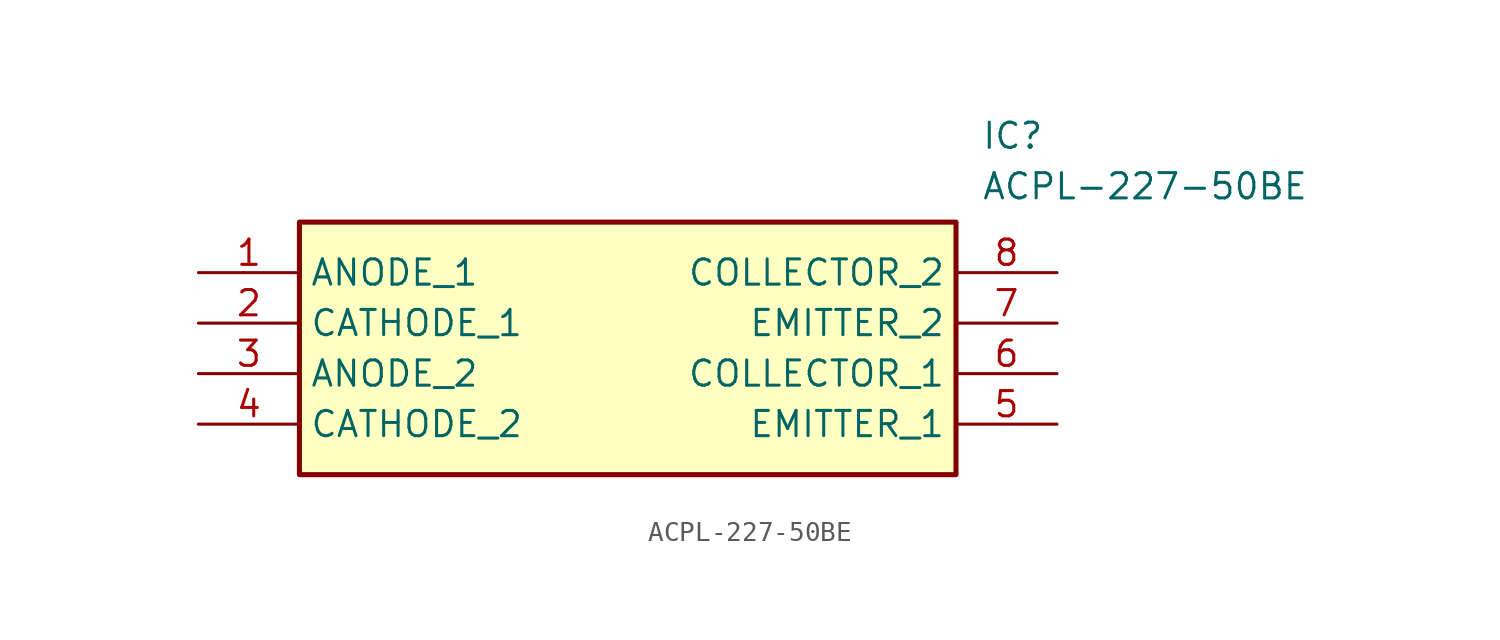
<source format=kicad_sym>
(kicad_symbol_lib
  (version 20211014)
  (generator SamacSys_ECAD_Model)
  (symbol "ACPL-227-50BE"
    (property "Reference" "IC"
      (at 39.37 7.62 0)
      (effects (font (size 1.27 1.27)) (justify left top)))
    (property "Value" "ACPL-227-50BE"
      (at 39.37 5.08 0)
      (effects (font (size 1.27 1.27)) (justify left top)))
    (rectangle
      (start 5.08 2.54)
      (end 38.1 -10.16)
      (stroke (width 0.254) (type default))
      (fill (type background)))
    (pin passive line
      (at 0 0 0)
      (length 5.08)
      (name "ANODE_1" (effects (font (size 1.27 1.27))))
      (number "1" (effects (font (size 1.27 1.27)))))
    (pin passive line
      (at 0 -2.54 0)
      (length 5.08)
      (name "CATHODE_1" (effects (font (size 1.27 1.27))))
      (number "2" (effects (font (size 1.27 1.27)))))
    (pin passive line
      (at 0 -5.08 0)
      (length 5.08)
      (name "ANODE_2" (effects (font (size 1.27 1.27))))
      (number "3" (effects (font (size 1.27 1.27)))))
    (pin passive line
      (at 0 -7.62 0)
      (length 5.08)
      (name "CATHODE_2" (effects (font (size 1.27 1.27))))
      (number "4" (effects (font (size 1.27 1.27)))))
    (pin passive line
      (at 43.18 0 180)
      (length 5.08)
      (name "COLLECTOR_2" (effects (font (size 1.27 1.27))))
      (number "8" (effects (font (size 1.27 1.27)))))
    (pin passive line
      (at 43.18 -2.54 180)
      (length 5.08)
      (name "EMITTER_2" (effects (font (size 1.27 1.27))))
      (number "7" (effects (font (size 1.27 1.27)))))
    (pin passive line
      (at 43.18 -5.08 180)
      (length 5.08)
      (name "COLLECTOR_1" (effects (font (size 1.27 1.27))))
      (number "6" (effects (font (size 1.27 1.27)))))
    (pin passive line
      (at 43.18 -7.62 180)
      (length 5.08)
      (name "EMITTER_1" (effects (font (size 1.27 1.27))))
      (number "5" (effects (font (size 1.27 1.27)))))))
</source>
